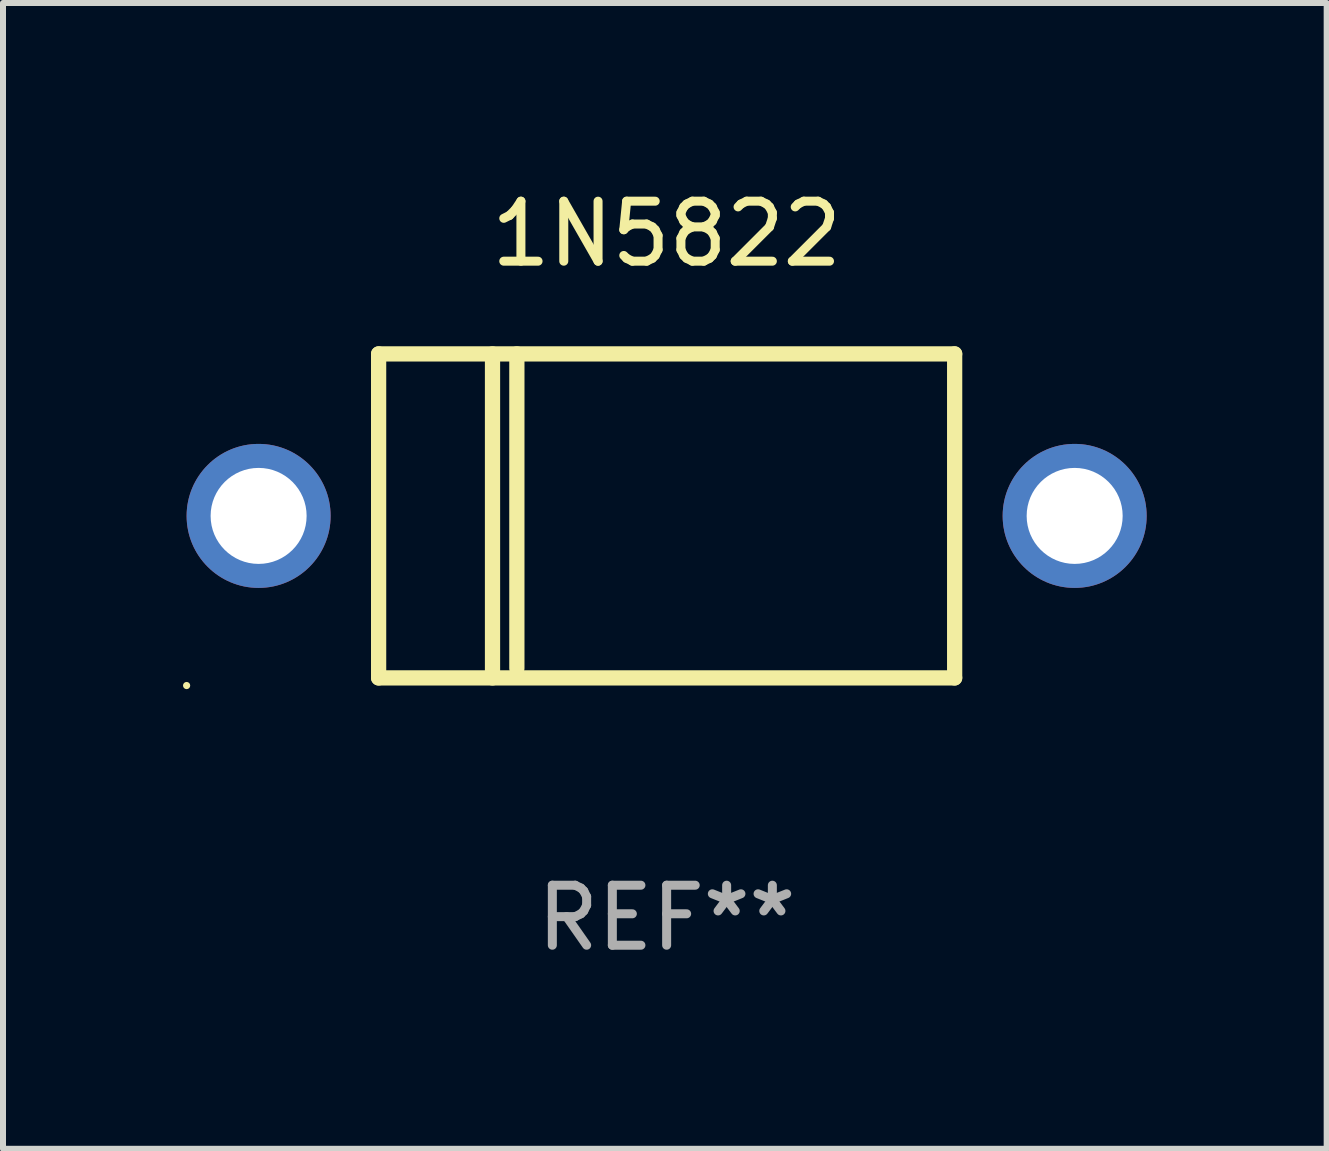
<source format=kicad_pcb>
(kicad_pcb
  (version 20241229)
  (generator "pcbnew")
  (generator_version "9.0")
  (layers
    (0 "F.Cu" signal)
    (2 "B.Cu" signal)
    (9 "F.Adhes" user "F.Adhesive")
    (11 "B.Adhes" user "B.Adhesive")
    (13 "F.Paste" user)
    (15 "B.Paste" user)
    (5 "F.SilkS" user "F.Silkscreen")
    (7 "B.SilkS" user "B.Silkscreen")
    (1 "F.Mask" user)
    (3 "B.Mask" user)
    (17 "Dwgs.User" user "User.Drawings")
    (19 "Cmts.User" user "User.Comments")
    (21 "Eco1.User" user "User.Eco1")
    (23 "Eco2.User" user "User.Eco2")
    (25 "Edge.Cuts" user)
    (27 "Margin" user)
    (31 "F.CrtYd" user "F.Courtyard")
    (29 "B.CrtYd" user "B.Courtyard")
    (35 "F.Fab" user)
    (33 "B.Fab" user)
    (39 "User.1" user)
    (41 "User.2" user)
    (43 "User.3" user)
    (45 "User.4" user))
  (footprint "1N5822"
    (layer "F.Cu")
    (at 8.06 5.548)
    (property "Reference" "1N5822" (at 0 -4.7 0) (layer "F.SilkS") (effects (font (size 1 1) (thickness 0.15))))
    (attr through_hole)
    (fp_line (start -4.8 -2.7) (end -4.8 2.7) (stroke (width 0.254) (type solid)) (layer "F.SilkS"))
    (fp_line (start -4.8 -2.7) (end 4.8 -2.7) (stroke (width 0.254) (type solid)) (layer "F.SilkS"))
    (fp_line (start -2.902 -2.7) (end -2.902 2.7) (stroke (width 0.254) (type solid)) (layer "F.SilkS"))
    (fp_line (start -2.496 -2.7) (end -2.496 2.54) (stroke (width 0.254) (type solid)) (layer "F.SilkS"))
    (fp_line (start 4.8 -2.7) (end 4.8 2.7) (stroke (width 0.254) (type solid)) (layer "F.SilkS"))
    (fp_line (start 4.8 2.7) (end -4.8 2.7) (stroke (width 0.254) (type solid)) (layer "F.SilkS"))
    (fp_circle (center -8 2.827) (end -7.97 2.827) (stroke (width 0.06) (type solid)) (fill no) (layer "F.SilkS"))
    (fp_text user "REF**" (at 0 6.7 0) (layer "F.Fab") (effects (font (size 1 1) (thickness 0.15))))
    (pad "1" thru_hole circle (at -6.8 0) (size 2.4 2.4) (drill 1.6) (layers "*.Cu" "*.Mask"))
    (pad "2" thru_hole circle (at 6.8 0) (size 2.4 2.4) (drill 1.6) (layers "*.Cu" "*.Mask")))
  (gr_rect
    (start -3 -3)
    (end 19.06 16.096)
    (stroke (width 0.1) (type default))
    (fill no)
    (layer "Edge.Cuts")))
</source>
